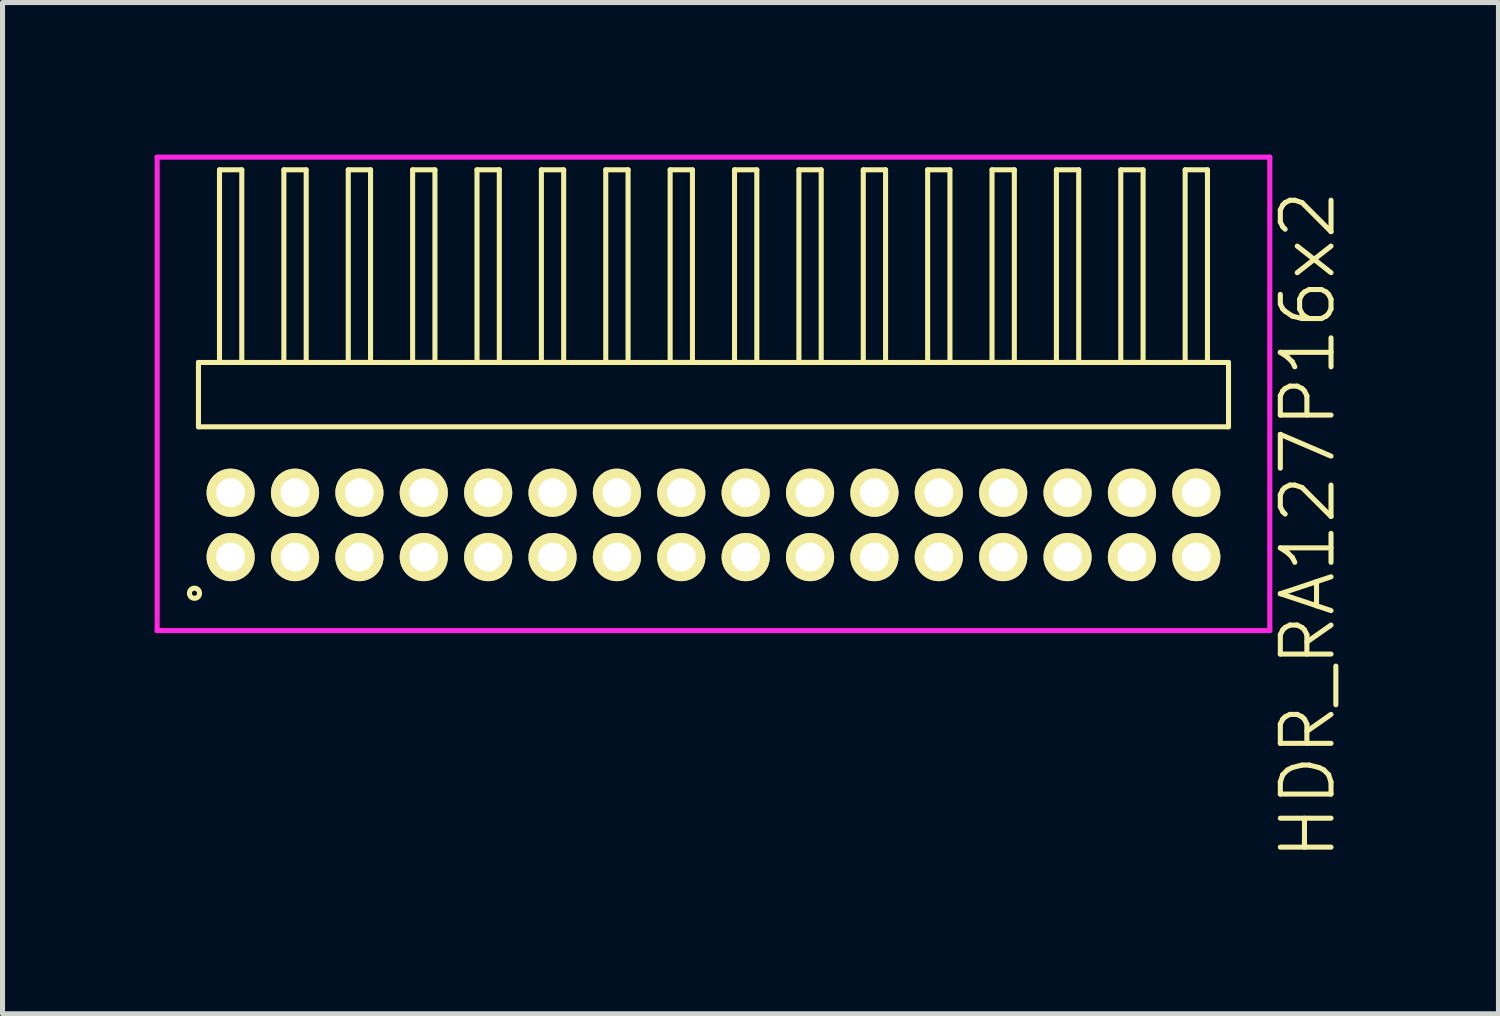
<source format=kicad_pcb>
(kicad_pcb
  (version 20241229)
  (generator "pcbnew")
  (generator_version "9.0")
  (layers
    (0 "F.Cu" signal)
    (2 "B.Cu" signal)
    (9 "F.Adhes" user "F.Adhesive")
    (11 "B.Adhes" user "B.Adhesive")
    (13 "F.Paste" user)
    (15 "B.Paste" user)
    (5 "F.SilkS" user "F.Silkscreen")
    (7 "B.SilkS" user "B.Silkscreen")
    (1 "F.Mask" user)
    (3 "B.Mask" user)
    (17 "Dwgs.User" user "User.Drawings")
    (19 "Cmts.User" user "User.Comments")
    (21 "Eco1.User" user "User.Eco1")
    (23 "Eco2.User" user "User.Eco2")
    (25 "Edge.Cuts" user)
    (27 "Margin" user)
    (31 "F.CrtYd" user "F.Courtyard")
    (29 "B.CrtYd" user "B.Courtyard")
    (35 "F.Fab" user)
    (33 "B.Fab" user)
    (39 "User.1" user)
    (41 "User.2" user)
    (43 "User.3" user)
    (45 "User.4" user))
  (footprint "HDR_RA127P16x2"
    (layer "F.Cu")
    (at 11.025 7.305)
    (property "Reference" "HDR_RA127P16x2" (at 11.725 0 90) (layer "F.SilkS") (effects (font (size 1 1) (thickness 0.1))))
    (attr through_hole)
    (fp_line (start -10.16 -3.205) (end -10.16 -1.935) (stroke (width 0.1) (type solid)) (layer "F.SilkS"))
    (fp_line (start -10.16 -1.935) (end 10.16 -1.935) (stroke (width 0.1) (type solid)) (layer "F.SilkS"))
    (fp_line (start -9.745 -7.005) (end -9.745 -3.205) (stroke (width 0.1) (type solid)) (layer "F.SilkS"))
    (fp_line (start -9.745 -3.205) (end -9.305 -3.205) (stroke (width 0.1) (type solid)) (layer "F.SilkS"))
    (fp_line (start -9.305 -7.005) (end -9.745 -7.005) (stroke (width 0.1) (type solid)) (layer "F.SilkS"))
    (fp_line (start -9.305 -3.205) (end -9.305 -7.005) (stroke (width 0.1) (type solid)) (layer "F.SilkS"))
    (fp_line (start -8.475 -7.005) (end -8.475 -3.205) (stroke (width 0.1) (type solid)) (layer "F.SilkS"))
    (fp_line (start -8.475 -3.205) (end -8.035 -3.205) (stroke (width 0.1) (type solid)) (layer "F.SilkS"))
    (fp_line (start -8.035 -7.005) (end -8.475 -7.005) (stroke (width 0.1) (type solid)) (layer "F.SilkS"))
    (fp_line (start -8.035 -3.205) (end -8.035 -7.005) (stroke (width 0.1) (type solid)) (layer "F.SilkS"))
    (fp_line (start -7.205 -7.005) (end -7.205 -3.205) (stroke (width 0.1) (type solid)) (layer "F.SilkS"))
    (fp_line (start -7.205 -3.205) (end -6.765 -3.205) (stroke (width 0.1) (type solid)) (layer "F.SilkS"))
    (fp_line (start -6.765 -7.005) (end -7.205 -7.005) (stroke (width 0.1) (type solid)) (layer "F.SilkS"))
    (fp_line (start -6.765 -3.205) (end -6.765 -7.005) (stroke (width 0.1) (type solid)) (layer "F.SilkS"))
    (fp_line (start -5.935 -7.005) (end -5.935 -3.205) (stroke (width 0.1) (type solid)) (layer "F.SilkS"))
    (fp_line (start -5.935 -3.205) (end -5.495 -3.205) (stroke (width 0.1) (type solid)) (layer "F.SilkS"))
    (fp_line (start -5.495 -7.005) (end -5.935 -7.005) (stroke (width 0.1) (type solid)) (layer "F.SilkS"))
    (fp_line (start -5.495 -3.205) (end -5.495 -7.005) (stroke (width 0.1) (type solid)) (layer "F.SilkS"))
    (fp_line (start -4.665 -7.005) (end -4.665 -3.205) (stroke (width 0.1) (type solid)) (layer "F.SilkS"))
    (fp_line (start -4.665 -3.205) (end -4.225 -3.205) (stroke (width 0.1) (type solid)) (layer "F.SilkS"))
    (fp_line (start -4.225 -7.005) (end -4.665 -7.005) (stroke (width 0.1) (type solid)) (layer "F.SilkS"))
    (fp_line (start -4.225 -3.205) (end -4.225 -7.005) (stroke (width 0.1) (type solid)) (layer "F.SilkS"))
    (fp_line (start -3.395 -7.005) (end -3.395 -3.205) (stroke (width 0.1) (type solid)) (layer "F.SilkS"))
    (fp_line (start -3.395 -3.205) (end -2.955 -3.205) (stroke (width 0.1) (type solid)) (layer "F.SilkS"))
    (fp_line (start -2.955 -7.005) (end -3.395 -7.005) (stroke (width 0.1) (type solid)) (layer "F.SilkS"))
    (fp_line (start -2.955 -3.205) (end -2.955 -7.005) (stroke (width 0.1) (type solid)) (layer "F.SilkS"))
    (fp_line (start -2.125 -7.005) (end -2.125 -3.205) (stroke (width 0.1) (type solid)) (layer "F.SilkS"))
    (fp_line (start -2.125 -3.205) (end -1.685 -3.205) (stroke (width 0.1) (type solid)) (layer "F.SilkS"))
    (fp_line (start -1.685 -7.005) (end -2.125 -7.005) (stroke (width 0.1) (type solid)) (layer "F.SilkS"))
    (fp_line (start -1.685 -3.205) (end -1.685 -7.005) (stroke (width 0.1) (type solid)) (layer "F.SilkS"))
    (fp_line (start -0.855 -7.005) (end -0.855 -3.205) (stroke (width 0.1) (type solid)) (layer "F.SilkS"))
    (fp_line (start -0.855 -3.205) (end -0.415 -3.205) (stroke (width 0.1) (type solid)) (layer "F.SilkS"))
    (fp_line (start -0.415 -7.005) (end -0.855 -7.005) (stroke (width 0.1) (type solid)) (layer "F.SilkS"))
    (fp_line (start -0.415 -3.205) (end -0.415 -7.005) (stroke (width 0.1) (type solid)) (layer "F.SilkS"))
    (fp_line (start 0.415 -7.005) (end 0.415 -3.205) (stroke (width 0.1) (type solid)) (layer "F.SilkS"))
    (fp_line (start 0.415 -3.205) (end 0.855 -3.205) (stroke (width 0.1) (type solid)) (layer "F.SilkS"))
    (fp_line (start 0.855 -7.005) (end 0.415 -7.005) (stroke (width 0.1) (type solid)) (layer "F.SilkS"))
    (fp_line (start 0.855 -3.205) (end 0.855 -7.005) (stroke (width 0.1) (type solid)) (layer "F.SilkS"))
    (fp_line (start 1.685 -7.005) (end 1.685 -3.205) (stroke (width 0.1) (type solid)) (layer "F.SilkS"))
    (fp_line (start 1.685 -3.205) (end 2.125 -3.205) (stroke (width 0.1) (type solid)) (layer "F.SilkS"))
    (fp_line (start 2.125 -7.005) (end 1.685 -7.005) (stroke (width 0.1) (type solid)) (layer "F.SilkS"))
    (fp_line (start 2.125 -3.205) (end 2.125 -7.005) (stroke (width 0.1) (type solid)) (layer "F.SilkS"))
    (fp_line (start 2.955 -7.005) (end 2.955 -3.205) (stroke (width 0.1) (type solid)) (layer "F.SilkS"))
    (fp_line (start 2.955 -3.205) (end 3.395 -3.205) (stroke (width 0.1) (type solid)) (layer "F.SilkS"))
    (fp_line (start 3.395 -7.005) (end 2.955 -7.005) (stroke (width 0.1) (type solid)) (layer "F.SilkS"))
    (fp_line (start 3.395 -3.205) (end 3.395 -7.005) (stroke (width 0.1) (type solid)) (layer "F.SilkS"))
    (fp_line (start 4.225 -7.005) (end 4.225 -3.205) (stroke (width 0.1) (type solid)) (layer "F.SilkS"))
    (fp_line (start 4.225 -3.205) (end 4.665 -3.205) (stroke (width 0.1) (type solid)) (layer "F.SilkS"))
    (fp_line (start 4.665 -7.005) (end 4.225 -7.005) (stroke (width 0.1) (type solid)) (layer "F.SilkS"))
    (fp_line (start 4.665 -3.205) (end 4.665 -7.005) (stroke (width 0.1) (type solid)) (layer "F.SilkS"))
    (fp_line (start 5.495 -7.005) (end 5.495 -3.205) (stroke (width 0.1) (type solid)) (layer "F.SilkS"))
    (fp_line (start 5.495 -3.205) (end 5.935 -3.205) (stroke (width 0.1) (type solid)) (layer "F.SilkS"))
    (fp_line (start 5.935 -7.005) (end 5.495 -7.005) (stroke (width 0.1) (type solid)) (layer "F.SilkS"))
    (fp_line (start 5.935 -3.205) (end 5.935 -7.005) (stroke (width 0.1) (type solid)) (layer "F.SilkS"))
    (fp_line (start 6.765 -7.005) (end 6.765 -3.205) (stroke (width 0.1) (type solid)) (layer "F.SilkS"))
    (fp_line (start 6.765 -3.205) (end 7.205 -3.205) (stroke (width 0.1) (type solid)) (layer "F.SilkS"))
    (fp_line (start 7.205 -7.005) (end 6.765 -7.005) (stroke (width 0.1) (type solid)) (layer "F.SilkS"))
    (fp_line (start 7.205 -3.205) (end 7.205 -7.005) (stroke (width 0.1) (type solid)) (layer "F.SilkS"))
    (fp_line (start 8.035 -7.005) (end 8.035 -3.205) (stroke (width 0.1) (type solid)) (layer "F.SilkS"))
    (fp_line (start 8.035 -3.205) (end 8.475 -3.205) (stroke (width 0.1) (type solid)) (layer "F.SilkS"))
    (fp_line (start 8.475 -7.005) (end 8.035 -7.005) (stroke (width 0.1) (type solid)) (layer "F.SilkS"))
    (fp_line (start 8.475 -3.205) (end 8.475 -7.005) (stroke (width 0.1) (type solid)) (layer "F.SilkS"))
    (fp_line (start 9.305 -7.005) (end 9.305 -3.205) (stroke (width 0.1) (type solid)) (layer "F.SilkS"))
    (fp_line (start 9.305 -3.205) (end 9.745 -3.205) (stroke (width 0.1) (type solid)) (layer "F.SilkS"))
    (fp_line (start 9.745 -7.005) (end 9.305 -7.005) (stroke (width 0.1) (type solid)) (layer "F.SilkS"))
    (fp_line (start 9.745 -3.205) (end 9.745 -7.005) (stroke (width 0.1) (type solid)) (layer "F.SilkS"))
    (fp_line (start 10.16 -3.205) (end -10.16 -3.205) (stroke (width 0.1) (type solid)) (layer "F.SilkS"))
    (fp_line (start 10.16 -1.935) (end 10.16 -3.205) (stroke (width 0.1) (type solid)) (layer "F.SilkS"))
    (fp_circle (center -10.238 1.348) (end -10.138 1.348) (stroke (width 0.1) (type solid)) (fill no) (layer "F.SilkS"))
    (fp_line (start -10.975 -7.255) (end -10.975 2.085) (stroke (width 0.1) (type solid)) (layer "F.CrtYd"))
    (fp_line (start -10.975 2.085) (end 10.975 2.085) (stroke (width 0.1) (type solid)) (layer "F.CrtYd"))
    (fp_line (start 10.975 -7.255) (end -10.975 -7.255) (stroke (width 0.1) (type solid)) (layer "F.CrtYd"))
    (fp_line (start 10.975 2.085) (end 10.975 -7.255) (stroke (width 0.1) (type solid)) (layer "F.CrtYd"))
    (pad "1" thru_hole oval (at -9.525 0.635) (size 0.95 0.95) (drill 0.57) (layers "*.Cu" "*.Mask" "F.SilkS"))
    (pad "2" thru_hole oval (at -9.525 -0.635) (size 0.95 0.95) (drill 0.57) (layers "*.Cu" "*.Mask" "F.SilkS"))
    (pad "3" thru_hole oval (at -8.255 0.635) (size 0.95 0.95) (drill 0.57) (layers "*.Cu" "*.Mask" "F.SilkS"))
    (pad "4" thru_hole oval (at -8.255 -0.635) (size 0.95 0.95) (drill 0.57) (layers "*.Cu" "*.Mask" "F.SilkS"))
    (pad "5" thru_hole oval (at -6.985 0.635) (size 0.95 0.95) (drill 0.57) (layers "*.Cu" "*.Mask" "F.SilkS"))
    (pad "6" thru_hole oval (at -6.985 -0.635) (size 0.95 0.95) (drill 0.57) (layers "*.Cu" "*.Mask" "F.SilkS"))
    (pad "7" thru_hole oval (at -5.715 0.635) (size 0.95 0.95) (drill 0.57) (layers "*.Cu" "*.Mask" "F.SilkS"))
    (pad "8" thru_hole oval (at -5.715 -0.635) (size 0.95 0.95) (drill 0.57) (layers "*.Cu" "*.Mask" "F.SilkS"))
    (pad "9" thru_hole oval (at -4.445 0.635) (size 0.95 0.95) (drill 0.57) (layers "*.Cu" "*.Mask" "F.SilkS"))
    (pad "10" thru_hole oval (at -4.445 -0.635) (size 0.95 0.95) (drill 0.57) (layers "*.Cu" "*.Mask" "F.SilkS"))
    (pad "11" thru_hole oval (at -3.175 0.635) (size 0.95 0.95) (drill 0.57) (layers "*.Cu" "*.Mask" "F.SilkS"))
    (pad "12" thru_hole oval (at -3.175 -0.635) (size 0.95 0.95) (drill 0.57) (layers "*.Cu" "*.Mask" "F.SilkS"))
    (pad "13" thru_hole oval (at -1.905 0.635) (size 0.95 0.95) (drill 0.57) (layers "*.Cu" "*.Mask" "F.SilkS"))
    (pad "14" thru_hole oval (at -1.905 -0.635) (size 0.95 0.95) (drill 0.57) (layers "*.Cu" "*.Mask" "F.SilkS"))
    (pad "15" thru_hole oval (at -0.635 0.635) (size 0.95 0.95) (drill 0.57) (layers "*.Cu" "*.Mask" "F.SilkS"))
    (pad "16" thru_hole oval (at -0.635 -0.635) (size 0.95 0.95) (drill 0.57) (layers "*.Cu" "*.Mask" "F.SilkS"))
    (pad "17" thru_hole oval (at 0.635 0.635) (size 0.95 0.95) (drill 0.57) (layers "*.Cu" "*.Mask" "F.SilkS"))
    (pad "18" thru_hole oval (at 0.635 -0.635) (size 0.95 0.95) (drill 0.57) (layers "*.Cu" "*.Mask" "F.SilkS"))
    (pad "19" thru_hole oval (at 1.905 0.635) (size 0.95 0.95) (drill 0.57) (layers "*.Cu" "*.Mask" "F.SilkS"))
    (pad "20" thru_hole oval (at 1.905 -0.635) (size 0.95 0.95) (drill 0.57) (layers "*.Cu" "*.Mask" "F.SilkS"))
    (pad "21" thru_hole oval (at 3.175 0.635) (size 0.95 0.95) (drill 0.57) (layers "*.Cu" "*.Mask" "F.SilkS"))
    (pad "22" thru_hole oval (at 3.175 -0.635) (size 0.95 0.95) (drill 0.57) (layers "*.Cu" "*.Mask" "F.SilkS"))
    (pad "23" thru_hole oval (at 4.445 0.635) (size 0.95 0.95) (drill 0.57) (layers "*.Cu" "*.Mask" "F.SilkS"))
    (pad "24" thru_hole oval (at 4.445 -0.635) (size 0.95 0.95) (drill 0.57) (layers "*.Cu" "*.Mask" "F.SilkS"))
    (pad "25" thru_hole oval (at 5.715 0.635) (size 0.95 0.95) (drill 0.57) (layers "*.Cu" "*.Mask" "F.SilkS"))
    (pad "26" thru_hole oval (at 5.715 -0.635) (size 0.95 0.95) (drill 0.57) (layers "*.Cu" "*.Mask" "F.SilkS"))
    (pad "27" thru_hole oval (at 6.985 0.635) (size 0.95 0.95) (drill 0.57) (layers "*.Cu" "*.Mask" "F.SilkS"))
    (pad "28" thru_hole oval (at 6.985 -0.635) (size 0.95 0.95) (drill 0.57) (layers "*.Cu" "*.Mask" "F.SilkS"))
    (pad "29" thru_hole oval (at 8.255 0.635) (size 0.95 0.95) (drill 0.57) (layers "*.Cu" "*.Mask" "F.SilkS"))
    (pad "30" thru_hole oval (at 8.255 -0.635) (size 0.95 0.95) (drill 0.57) (layers "*.Cu" "*.Mask" "F.SilkS"))
    (pad "31" thru_hole oval (at 9.525 0.635) (size 0.95 0.95) (drill 0.57) (layers "*.Cu" "*.Mask" "F.SilkS"))
    (pad "32" thru_hole oval (at 9.525 -0.635) (size 0.95 0.95) (drill 0.57) (layers "*.Cu" "*.Mask" "F.SilkS")))
  (gr_rect
    (start -3 -3)
    (end 26.511 16.95)
    (stroke (width 0.1) (type default))
    (fill no)
    (layer "Edge.Cuts")))
</source>
